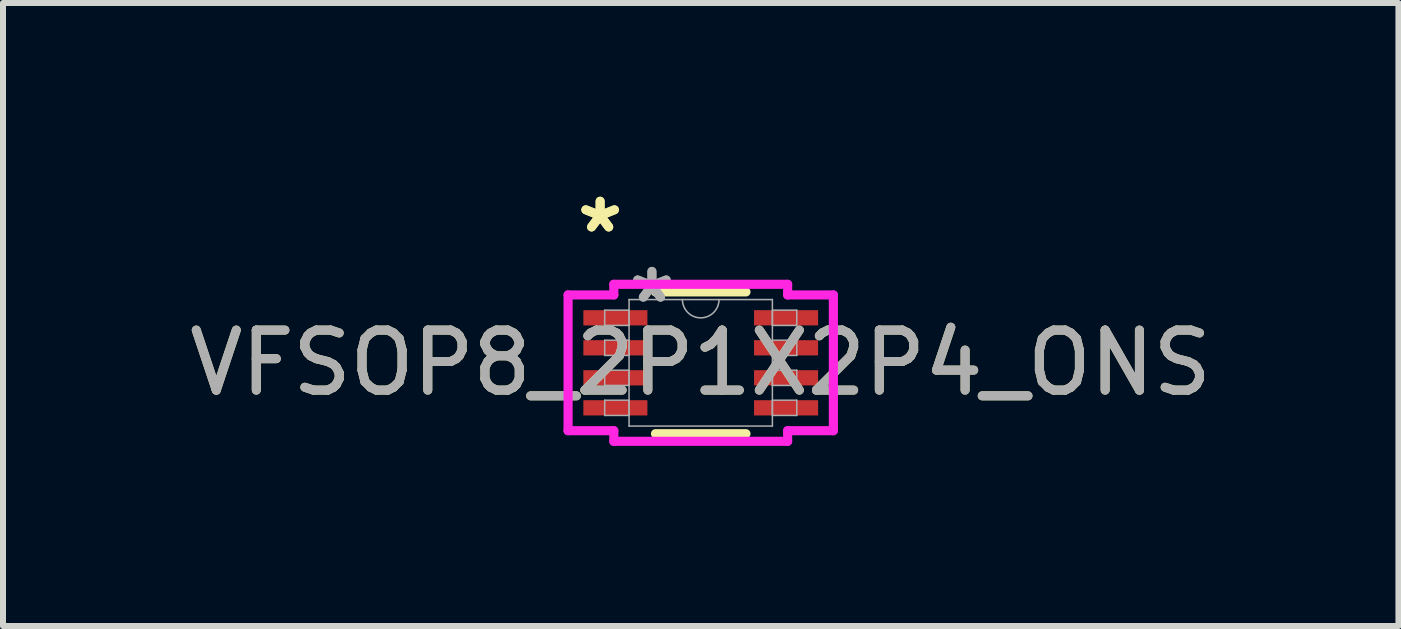
<source format=kicad_pcb>
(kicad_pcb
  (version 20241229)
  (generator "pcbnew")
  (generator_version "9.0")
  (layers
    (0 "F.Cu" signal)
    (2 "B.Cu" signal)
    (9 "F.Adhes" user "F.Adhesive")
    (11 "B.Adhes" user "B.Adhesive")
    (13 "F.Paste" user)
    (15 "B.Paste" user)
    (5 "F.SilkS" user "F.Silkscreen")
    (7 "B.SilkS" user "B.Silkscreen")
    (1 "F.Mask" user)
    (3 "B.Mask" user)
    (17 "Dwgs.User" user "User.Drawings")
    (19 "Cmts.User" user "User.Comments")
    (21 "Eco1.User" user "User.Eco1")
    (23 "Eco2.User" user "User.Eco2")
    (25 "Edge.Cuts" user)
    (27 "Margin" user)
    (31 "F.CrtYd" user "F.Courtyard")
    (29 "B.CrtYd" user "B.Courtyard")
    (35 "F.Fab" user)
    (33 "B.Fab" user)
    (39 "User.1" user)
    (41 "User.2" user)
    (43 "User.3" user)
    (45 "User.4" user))
  (footprint "VFSOP8_2P1X2P4_ONS"
    (layer "F.Cu")
    (at 8.625 2.995)
    (property "Reference" "VFSOP8_2P1X2P4_ONS" (at 0 0 0) (unlocked yes) (layer "F.SilkS") (effects (font (size 1 1) (thickness 0.15))))
    (attr smd)
    (fp_line (start -0.754 1.181) (end 0.754 1.181) (stroke (width 0.152) (type solid)) (layer "F.SilkS"))
    (fp_line (start 0.754 -1.181) (end -0.754 -1.181) (stroke (width 0.152) (type solid)) (layer "F.SilkS"))
    (fp_line (start -2.21 -1.131) (end -1.448 -1.131) (stroke (width 0.152) (type solid)) (layer "F.CrtYd"))
    (fp_line (start -2.21 1.131) (end -2.21 -1.131) (stroke (width 0.152) (type solid)) (layer "F.CrtYd"))
    (fp_line (start -2.21 1.131) (end -1.448 1.131) (stroke (width 0.152) (type solid)) (layer "F.CrtYd"))
    (fp_line (start -1.448 -1.308) (end 1.448 -1.308) (stroke (width 0.152) (type solid)) (layer "F.CrtYd"))
    (fp_line (start -1.448 -1.131) (end -1.448 -1.308) (stroke (width 0.152) (type solid)) (layer "F.CrtYd"))
    (fp_line (start -1.448 1.308) (end -1.448 1.131) (stroke (width 0.152) (type solid)) (layer "F.CrtYd"))
    (fp_line (start 1.448 -1.308) (end 1.448 -1.131) (stroke (width 0.152) (type solid)) (layer "F.CrtYd"))
    (fp_line (start 1.448 1.131) (end 1.448 1.308) (stroke (width 0.152) (type solid)) (layer "F.CrtYd"))
    (fp_line (start 1.448 1.308) (end -1.448 1.308) (stroke (width 0.152) (type solid)) (layer "F.CrtYd"))
    (fp_line (start 2.21 -1.131) (end 1.448 -1.131) (stroke (width 0.152) (type solid)) (layer "F.CrtYd"))
    (fp_line (start 2.21 -1.131) (end 2.21 1.131) (stroke (width 0.152) (type solid)) (layer "F.CrtYd"))
    (fp_line (start 2.21 1.131) (end 1.448 1.131) (stroke (width 0.152) (type solid)) (layer "F.CrtYd"))
    (fp_line (start -1.6 -0.877) (end -1.6 -0.623) (stroke (width 0.025) (type solid)) (layer "F.Fab"))
    (fp_line (start -1.6 -0.623) (end -1.194 -0.623) (stroke (width 0.025) (type solid)) (layer "F.Fab"))
    (fp_line (start -1.6 -0.377) (end -1.6 -0.123) (stroke (width 0.025) (type solid)) (layer "F.Fab"))
    (fp_line (start -1.6 -0.123) (end -1.194 -0.123) (stroke (width 0.025) (type solid)) (layer "F.Fab"))
    (fp_line (start -1.6 0.123) (end -1.6 0.377) (stroke (width 0.025) (type solid)) (layer "F.Fab"))
    (fp_line (start -1.6 0.377) (end -1.194 0.377) (stroke (width 0.025) (type solid)) (layer "F.Fab"))
    (fp_line (start -1.6 0.623) (end -1.6 0.877) (stroke (width 0.025) (type solid)) (layer "F.Fab"))
    (fp_line (start -1.6 0.877) (end -1.194 0.877) (stroke (width 0.025) (type solid)) (layer "F.Fab"))
    (fp_line (start -1.194 -1.054) (end -1.194 1.054) (stroke (width 0.025) (type solid)) (layer "F.Fab"))
    (fp_line (start -1.194 -0.877) (end -1.6 -0.877) (stroke (width 0.025) (type solid)) (layer "F.Fab"))
    (fp_line (start -1.194 -0.623) (end -1.194 -0.877) (stroke (width 0.025) (type solid)) (layer "F.Fab"))
    (fp_line (start -1.194 -0.377) (end -1.6 -0.377) (stroke (width 0.025) (type solid)) (layer "F.Fab"))
    (fp_line (start -1.194 -0.123) (end -1.194 -0.377) (stroke (width 0.025) (type solid)) (layer "F.Fab"))
    (fp_line (start -1.194 0.123) (end -1.6 0.123) (stroke (width 0.025) (type solid)) (layer "F.Fab"))
    (fp_line (start -1.194 0.377) (end -1.194 0.123) (stroke (width 0.025) (type solid)) (layer "F.Fab"))
    (fp_line (start -1.194 0.623) (end -1.6 0.623) (stroke (width 0.025) (type solid)) (layer "F.Fab"))
    (fp_line (start -1.194 0.877) (end -1.194 0.623) (stroke (width 0.025) (type solid)) (layer "F.Fab"))
    (fp_line (start -1.194 1.054) (end 1.194 1.054) (stroke (width 0.025) (type solid)) (layer "F.Fab"))
    (fp_line (start 1.194 -1.054) (end -1.194 -1.054) (stroke (width 0.025) (type solid)) (layer "F.Fab"))
    (fp_line (start 1.194 -0.877) (end 1.194 -0.623) (stroke (width 0.025) (type solid)) (layer "F.Fab"))
    (fp_line (start 1.194 -0.623) (end 1.6 -0.623) (stroke (width 0.025) (type solid)) (layer "F.Fab"))
    (fp_line (start 1.194 -0.377) (end 1.194 -0.123) (stroke (width 0.025) (type solid)) (layer "F.Fab"))
    (fp_line (start 1.194 -0.123) (end 1.6 -0.123) (stroke (width 0.025) (type solid)) (layer "F.Fab"))
    (fp_line (start 1.194 0.123) (end 1.194 0.377) (stroke (width 0.025) (type solid)) (layer "F.Fab"))
    (fp_line (start 1.194 0.377) (end 1.6 0.377) (stroke (width 0.025) (type solid)) (layer "F.Fab"))
    (fp_line (start 1.194 0.623) (end 1.194 0.877) (stroke (width 0.025) (type solid)) (layer "F.Fab"))
    (fp_line (start 1.194 0.877) (end 1.6 0.877) (stroke (width 0.025) (type solid)) (layer "F.Fab"))
    (fp_line (start 1.194 1.054) (end 1.194 -1.054) (stroke (width 0.025) (type solid)) (layer "F.Fab"))
    (fp_line (start 1.6 -0.877) (end 1.194 -0.877) (stroke (width 0.025) (type solid)) (layer "F.Fab"))
    (fp_line (start 1.6 -0.623) (end 1.6 -0.877) (stroke (width 0.025) (type solid)) (layer "F.Fab"))
    (fp_line (start 1.6 -0.377) (end 1.194 -0.377) (stroke (width 0.025) (type solid)) (layer "F.Fab"))
    (fp_line (start 1.6 -0.123) (end 1.6 -0.377) (stroke (width 0.025) (type solid)) (layer "F.Fab"))
    (fp_line (start 1.6 0.123) (end 1.194 0.123) (stroke (width 0.025) (type solid)) (layer "F.Fab"))
    (fp_line (start 1.6 0.377) (end 1.6 0.123) (stroke (width 0.025) (type solid)) (layer "F.Fab"))
    (fp_line (start 1.6 0.623) (end 1.194 0.623) (stroke (width 0.025) (type solid)) (layer "F.Fab"))
    (fp_line (start 1.6 0.877) (end 1.6 0.623) (stroke (width 0.025) (type solid)) (layer "F.Fab"))
    (fp_arc (start 0.3048 -1.0541) (mid 0 -0.7493) (end -0.3048 -1.0541) (stroke (width 0.0254) (type solid)) (layer "F.Fab"))
    (fp_text user "*" (at -1.676 -2.147 0) (layer "F.SilkS") (effects (font (size 1 1) (thickness 0.15))))
    (fp_text user "*" (at -1.676 -2.147 0) (unlocked yes) (layer "F.SilkS") (effects (font (size 1 1) (thickness 0.15))))
    (fp_text user "*" (at -0.813 -0.978 0) (layer "F.Fab") (effects (font (size 1 1) (thickness 0.15))))
    (fp_text user "${REFERENCE}" (at 0 0 0) (unlocked yes) (layer "F.Fab") (effects (font (size 1 1) (thickness 0.15))))
    (fp_text user "*" (at -0.813 -0.978 0) (unlocked yes) (layer "F.Fab") (effects (font (size 1 1) (thickness 0.15))))
    (pad "1" smd rect (at -1.422 -0.75) (size 1.067 0.254) (layers "F.Cu" "F.Mask" "F.Paste"))
    (pad "2" smd rect (at -1.422 -0.25) (size 1.067 0.254) (layers "F.Cu" "F.Mask" "F.Paste"))
    (pad "3" smd rect (at -1.422 0.25) (size 1.067 0.254) (layers "F.Cu" "F.Mask" "F.Paste"))
    (pad "4" smd rect (at -1.422 0.75) (size 1.067 0.254) (layers "F.Cu" "F.Mask" "F.Paste"))
    (pad "5" smd rect (at 1.422 0.75) (size 1.067 0.254) (layers "F.Cu" "F.Mask" "F.Paste"))
    (pad "6" smd rect (at 1.422 0.25) (size 1.067 0.254) (layers "F.Cu" "F.Mask" "F.Paste"))
    (pad "7" smd rect (at 1.422 -0.25) (size 1.067 0.254) (layers "F.Cu" "F.Mask" "F.Paste"))
    (pad "8" smd rect (at 1.422 -0.75) (size 1.067 0.254) (layers "F.Cu" "F.Mask" "F.Paste")))
  (gr_rect
    (start -3 -3)
    (end 20.25 7.38)
    (stroke (width 0.1) (type default))
    (fill no)
    (layer "Edge.Cuts")))
</source>
